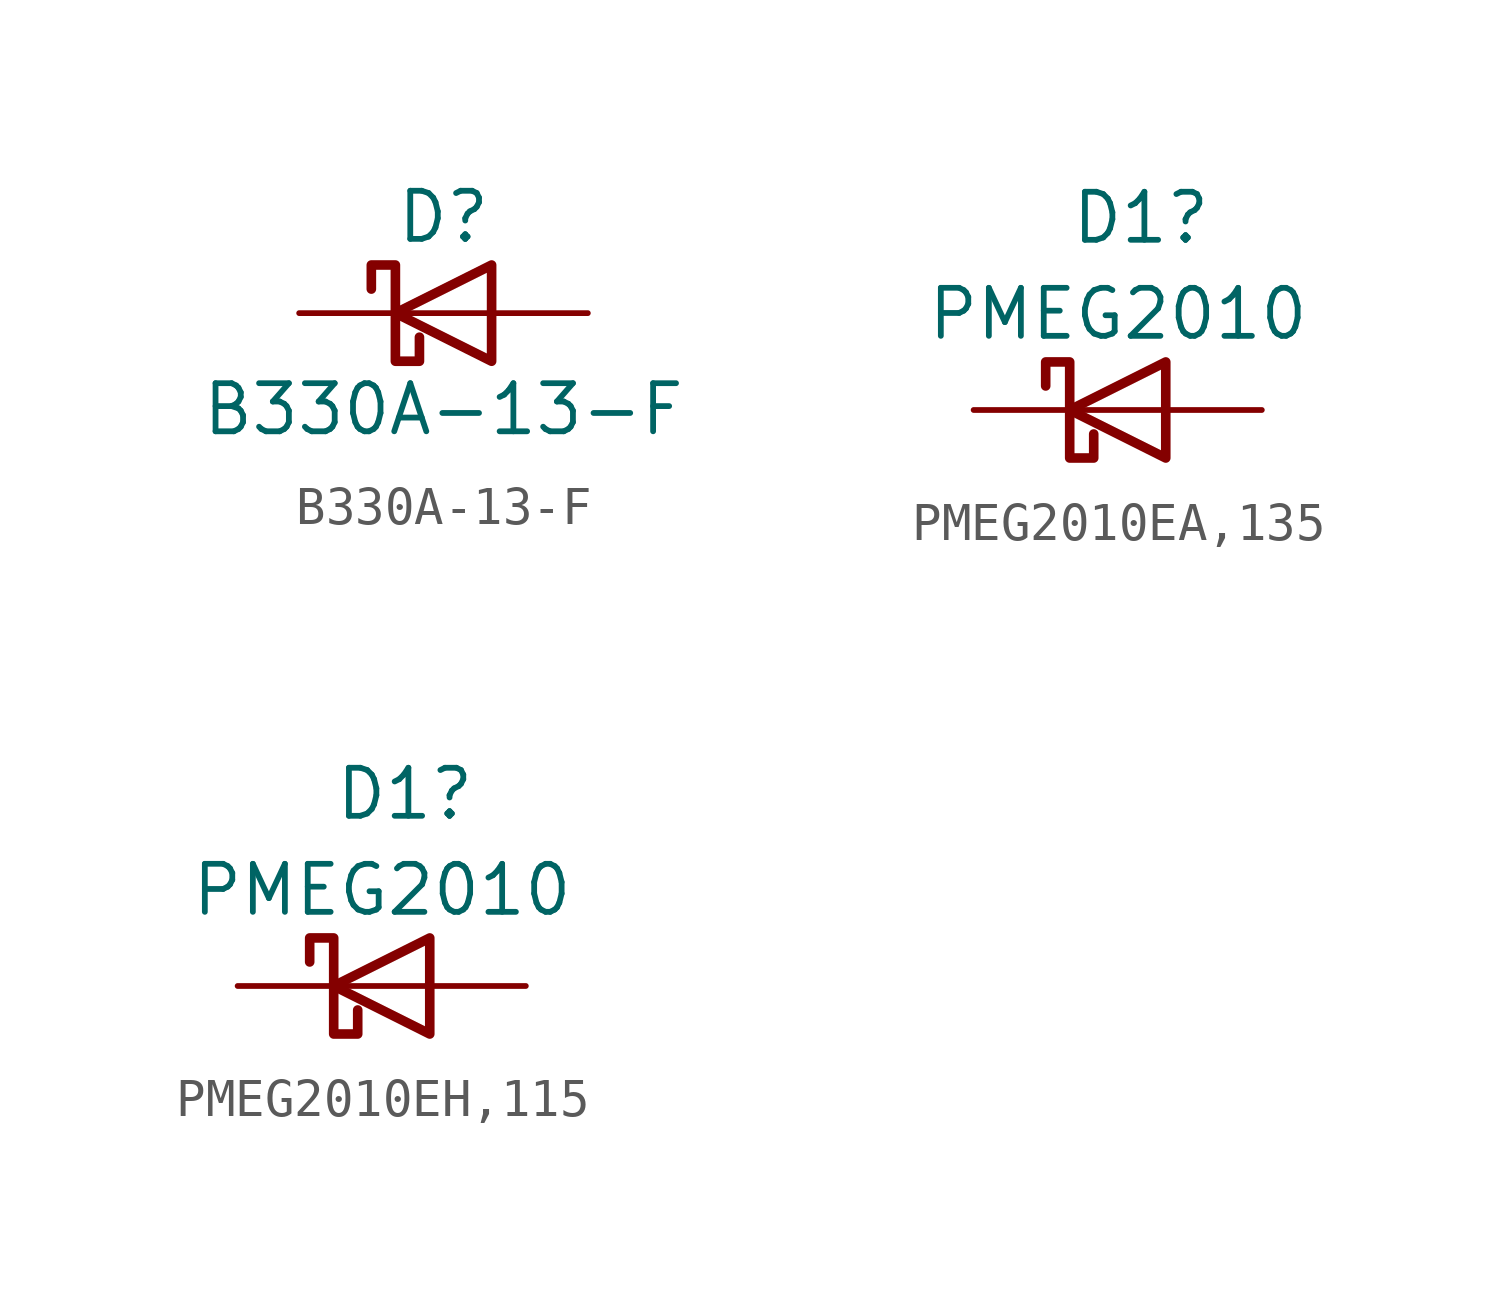
<source format=kicad_sym>
(kicad_symbol_lib
  (version 20220914)
  (generator kicad_symbol_editor)
  (symbol "B330A-13-F"
    (pin_numbers hide)
    (pin_names
      (offset 1.016) hide)
    (property "Reference" "D"
      (at 0 2.54 0)
      (effects (font (size 1.27 1.27))))
    (property "Value" "B330A-13-F"
      (at 0 -2.54 0)
      (effects (font (size 1.27 1.27))))
    (symbol "B330A-13-F_0_1"
      (polyline (pts (xy 1.27 0) (xy -1.27 0)) (stroke (width 0) (type default)) (fill (type none)))
      (polyline (pts (xy 1.27 1.27) (xy 1.27 -1.27) (xy -1.27 0) (xy 1.27 1.27)) (stroke (width 0.254) (type default)) (fill (type none)))
      (polyline (pts (xy -1.905 0.635) (xy -1.905 1.27) (xy -1.27 1.27) (xy -1.27 -1.27) (xy -0.635 -1.27) (xy -0.635 -0.635)) (stroke (width 0.254) (type default)) (fill (type none))))
    (symbol "B330A-13-F_1_1"
      (pin passive line (at -3.81 0 0) (length 2.54) (name "K" (effects (font (size 1.27 1.27)))) (number "1" (effects (font (size 1.27 1.27)))))
      (pin passive line (at 3.81 0 180) (length 2.54) (name "A" (effects (font (size 1.27 1.27)))) (number "2" (effects (font (size 1.27 1.27)))))))
  (symbol "PMEG2010EA,135"
    (pin_numbers hide)
    (pin_names
      (offset 1.016) hide)
    (property "Reference" "D1"
      (at -1.27 5.08 0)
      (effects (font (size 1.27 1.27)) (justify left)))
    (property "Value" "PMEG2010"
      (at -5.08 2.54 0)
      (effects (font (size 1.27 1.27)) (justify left)))
    (symbol "PMEG2010EA,135_0_1"
      (polyline (pts (xy 1.27 0) (xy -1.27 0)) (stroke (width 0) (type default)) (fill (type none)))
      (polyline (pts (xy 1.27 1.27) (xy 1.27 -1.27) (xy -1.27 0) (xy 1.27 1.27)) (stroke (width 0.254) (type default)) (fill (type none)))
      (polyline (pts (xy -1.905 0.635) (xy -1.905 1.27) (xy -1.27 1.27) (xy -1.27 -1.27) (xy -0.635 -1.27) (xy -0.635 -0.635)) (stroke (width 0.254) (type default)) (fill (type none))))
    (symbol "PMEG2010EA,135_1_1"
      (pin passive line (at -3.81 0 0) (length 2.54) (name "K" (effects (font (size 1.27 1.27)))) (number "1" (effects (font (size 1.27 1.27)))))
      (pin passive line (at 3.81 0 180) (length 2.54) (name "A" (effects (font (size 1.27 1.27)))) (number "2" (effects (font (size 1.27 1.27)))))))
  (symbol "PMEG2010EH,115"
    (pin_numbers hide)
    (pin_names
      (offset 1.016) hide)
    (property "Reference" "D1"
      (at -1.27 5.08 0)
      (effects (font (size 1.27 1.27)) (justify left)))
    (property "Value" "PMEG2010"
      (at -5.08 2.54 0)
      (effects (font (size 1.27 1.27)) (justify left)))
    (symbol "PMEG2010EH,115_0_1"
      (polyline (pts (xy 1.27 0) (xy -1.27 0)) (stroke (width 0) (type default)) (fill (type none)))
      (polyline (pts (xy 1.27 1.27) (xy 1.27 -1.27) (xy -1.27 0) (xy 1.27 1.27)) (stroke (width 0.254) (type default)) (fill (type none)))
      (polyline (pts (xy -1.905 0.635) (xy -1.905 1.27) (xy -1.27 1.27) (xy -1.27 -1.27) (xy -0.635 -1.27) (xy -0.635 -0.635)) (stroke (width 0.254) (type default)) (fill (type none))))
    (symbol "PMEG2010EH,115_1_1"
      (pin passive line (at -3.81 0 0) (length 2.54) (name "K" (effects (font (size 1.27 1.27)))) (number "1" (effects (font (size 1.27 1.27)))))
      (pin passive line (at 3.81 0 180) (length 2.54) (name "A" (effects (font (size 1.27 1.27)))) (number "2" (effects (font (size 1.27 1.27))))))))
</source>
